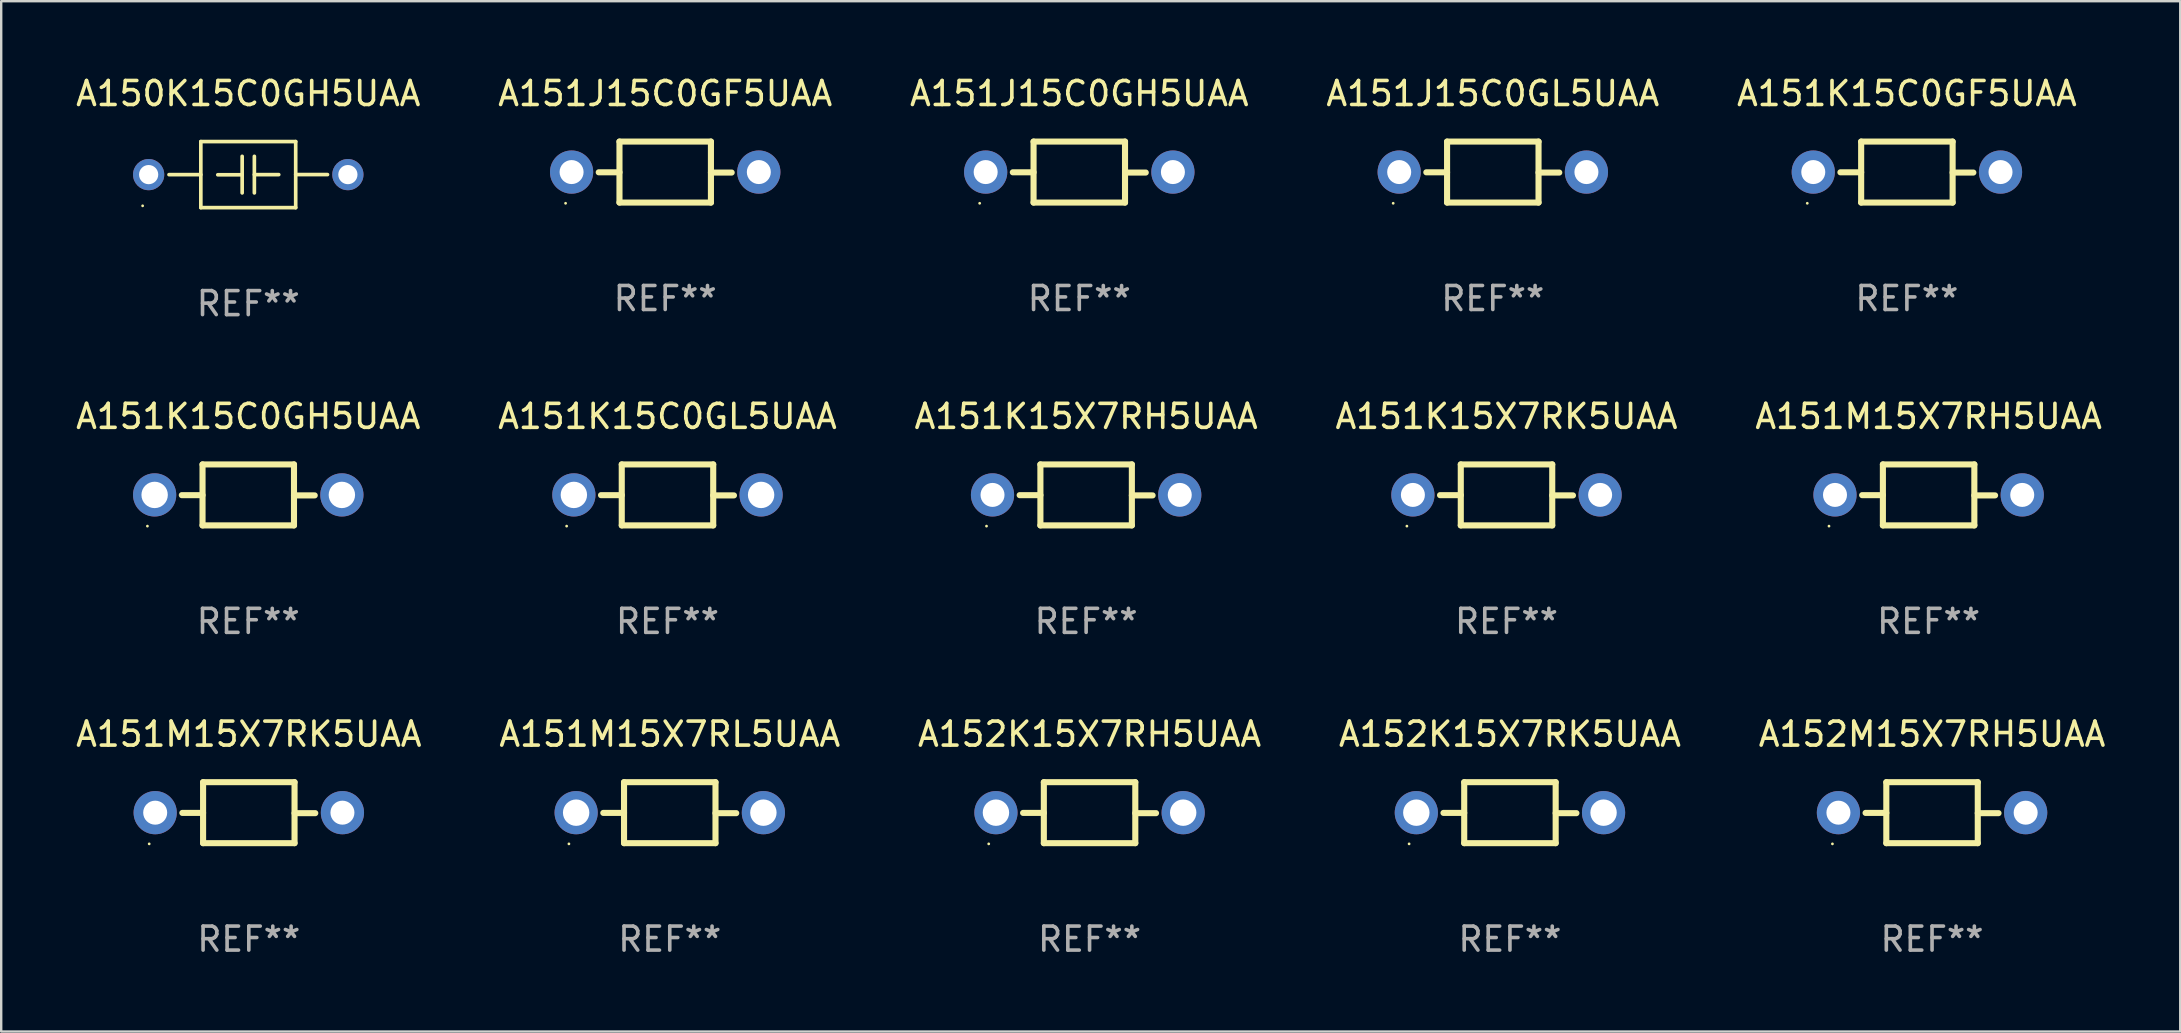
<source format=kicad_pcb>
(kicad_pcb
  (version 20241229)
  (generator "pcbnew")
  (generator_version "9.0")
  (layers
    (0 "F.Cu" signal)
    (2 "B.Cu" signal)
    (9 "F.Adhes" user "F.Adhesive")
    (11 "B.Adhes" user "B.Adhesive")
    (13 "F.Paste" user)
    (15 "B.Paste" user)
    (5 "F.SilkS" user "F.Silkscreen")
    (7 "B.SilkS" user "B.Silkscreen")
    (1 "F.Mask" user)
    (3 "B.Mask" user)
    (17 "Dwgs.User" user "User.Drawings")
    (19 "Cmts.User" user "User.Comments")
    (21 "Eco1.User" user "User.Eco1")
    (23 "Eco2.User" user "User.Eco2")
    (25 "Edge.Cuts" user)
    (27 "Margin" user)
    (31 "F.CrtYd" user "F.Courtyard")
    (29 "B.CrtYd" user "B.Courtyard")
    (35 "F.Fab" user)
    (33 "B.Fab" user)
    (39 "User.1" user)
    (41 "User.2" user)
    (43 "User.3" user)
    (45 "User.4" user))
  (footprint "A151J15C0GF5UAA"
    (layer "F.Cu")
    (at 24.661 4.118)
    (property "Reference" "A151J15C0GF5UAA" (at 0 -3.27 0) (layer "F.SilkS") (effects (font (size 1 1) (thickness 0.15))))
    (attr through_hole)
    (fp_line (start -1.905 -1.27) (end -1.905 1.27) (stroke (width 0.254) (type solid)) (layer "F.SilkS"))
    (fp_line (start -1.905 0.01) (end -2.769 0.01) (stroke (width 0.254) (type solid)) (layer "F.SilkS"))
    (fp_line (start -1.905 1.27) (end 1.905 1.27) (stroke (width 0.254) (type solid)) (layer "F.SilkS"))
    (fp_line (start 1.905 -1.27) (end -1.905 -1.27) (stroke (width 0.254) (type solid)) (layer "F.SilkS"))
    (fp_line (start 1.905 0.02) (end 2.769 0.02) (stroke (width 0.254) (type solid)) (layer "F.SilkS"))
    (fp_line (start 1.905 1.27) (end 1.905 -1.27) (stroke (width 0.254) (type solid)) (layer "F.SilkS"))
    (fp_circle (center -4.15 1.3) (end -4.12 1.3) (stroke (width 0.06) (type solid)) (fill no) (layer "F.SilkS"))
    (fp_text user "REF**" (at 0 5.27 0) (layer "F.Fab") (effects (font (size 1 1) (thickness 0.15))))
    (pad "1" thru_hole circle (at -3.9 0) (size 1.8 1.8) (drill 1) (layers "*.Cu" "*.Mask"))
    (pad "2" thru_hole circle (at 3.9 0) (size 1.8 1.8) (drill 1) (layers "*.Cu" "*.Mask")))
  (footprint "A151K15C0GF5UAA"
    (layer "F.Cu")
    (at 76.387 4.118)
    (property "Reference" "A151K15C0GF5UAA" (at 0 -3.27 0) (layer "F.SilkS") (effects (font (size 1 1) (thickness 0.15))))
    (attr through_hole)
    (fp_line (start -1.905 -1.27) (end -1.905 1.27) (stroke (width 0.254) (type solid)) (layer "F.SilkS"))
    (fp_line (start -1.905 0.01) (end -2.769 0.01) (stroke (width 0.254) (type solid)) (layer "F.SilkS"))
    (fp_line (start -1.905 1.27) (end 1.905 1.27) (stroke (width 0.254) (type solid)) (layer "F.SilkS"))
    (fp_line (start 1.905 -1.27) (end -1.905 -1.27) (stroke (width 0.254) (type solid)) (layer "F.SilkS"))
    (fp_line (start 1.905 0.02) (end 2.769 0.02) (stroke (width 0.254) (type solid)) (layer "F.SilkS"))
    (fp_line (start 1.905 1.27) (end 1.905 -1.27) (stroke (width 0.254) (type solid)) (layer "F.SilkS"))
    (fp_circle (center -4.15 1.3) (end -4.12 1.3) (stroke (width 0.06) (type solid)) (fill no) (layer "F.SilkS"))
    (fp_text user "REF**" (at 0 5.27 0) (layer "F.Fab") (effects (font (size 1 1) (thickness 0.15))))
    (pad "1" thru_hole circle (at -3.9 0) (size 1.8 1.8) (drill 1) (layers "*.Cu" "*.Mask"))
    (pad "2" thru_hole circle (at 3.9 0) (size 1.8 1.8) (drill 1) (layers "*.Cu" "*.Mask")))
  (footprint "A151M15X7RL5UAA"
    (layer "F.Cu")
    (at 24.851 30.804)
    (property "Reference" "A151M15X7RL5UAA" (at 0 -3.27 0) (layer "F.SilkS") (effects (font (size 1 1) (thickness 0.15))))
    (attr through_hole)
    (fp_line (start -1.905 -1.27) (end -1.905 1.27) (stroke (width 0.254) (type solid)) (layer "F.SilkS"))
    (fp_line (start -1.905 0.01) (end -2.769 0.01) (stroke (width 0.254) (type solid)) (layer "F.SilkS"))
    (fp_line (start -1.905 1.27) (end 1.905 1.27) (stroke (width 0.254) (type solid)) (layer "F.SilkS"))
    (fp_line (start 1.905 -1.27) (end -1.905 -1.27) (stroke (width 0.254) (type solid)) (layer "F.SilkS"))
    (fp_line (start 1.905 0.02) (end 2.769 0.02) (stroke (width 0.254) (type solid)) (layer "F.SilkS"))
    (fp_line (start 1.905 1.27) (end 1.905 -1.27) (stroke (width 0.254) (type solid)) (layer "F.SilkS"))
    (fp_circle (center -4.201 1.3) (end -4.171 1.3) (stroke (width 0.06) (type solid)) (fill no) (layer "F.SilkS"))
    (fp_text user "REF**" (at 0 5.27 0) (layer "F.Fab") (effects (font (size 1 1) (thickness 0.15))))
    (pad "1" thru_hole circle (at -3.9 0) (size 1.8 1.8) (drill 1.1) (layers "*.Cu" "*.Mask"))
    (pad "2" thru_hole circle (at 3.9 0) (size 1.8 1.8) (drill 1.1) (layers "*.Cu" "*.Mask")))
  (footprint "A152M15X7RH5UAA"
    (layer "F.Cu")
    (at 77.435 30.804)
    (property "Reference" "A152M15X7RH5UAA" (at 0 -3.27 0) (layer "F.SilkS") (effects (font (size 1 1) (thickness 0.15))))
    (attr through_hole)
    (fp_line (start -1.905 -1.27) (end -1.905 1.27) (stroke (width 0.254) (type solid)) (layer "F.SilkS"))
    (fp_line (start -1.905 0.01) (end -2.769 0.01) (stroke (width 0.254) (type solid)) (layer "F.SilkS"))
    (fp_line (start -1.905 1.27) (end 1.905 1.27) (stroke (width 0.254) (type solid)) (layer "F.SilkS"))
    (fp_line (start 1.905 -1.27) (end -1.905 -1.27) (stroke (width 0.254) (type solid)) (layer "F.SilkS"))
    (fp_line (start 1.905 0.02) (end 2.769 0.02) (stroke (width 0.254) (type solid)) (layer "F.SilkS"))
    (fp_line (start 1.905 1.27) (end 1.905 -1.27) (stroke (width 0.254) (type solid)) (layer "F.SilkS"))
    (fp_circle (center -4.15 1.3) (end -4.12 1.3) (stroke (width 0.06) (type solid)) (fill no) (layer "F.SilkS"))
    (fp_text user "REF**" (at 0 5.27 0) (layer "F.Fab") (effects (font (size 1 1) (thickness 0.15))))
    (pad "1" thru_hole circle (at -3.9 0) (size 1.8 1.8) (drill 1) (layers "*.Cu" "*.Mask"))
    (pad "2" thru_hole circle (at 3.9 0) (size 1.8 1.8) (drill 1) (layers "*.Cu" "*.Mask")))
  (footprint "A151K15C0GL5UAA"
    (layer "F.Cu")
    (at 24.756 17.567)
    (property "Reference" "A151K15C0GL5UAA" (at 0 -3.27 0) (layer "F.SilkS") (effects (font (size 1 1) (thickness 0.15))))
    (attr through_hole)
    (fp_line (start -1.905 -1.27) (end -1.905 1.27) (stroke (width 0.254) (type solid)) (layer "F.SilkS"))
    (fp_line (start -1.905 0.01) (end -2.769 0.01) (stroke (width 0.254) (type solid)) (layer "F.SilkS"))
    (fp_line (start -1.905 1.27) (end 1.905 1.27) (stroke (width 0.254) (type solid)) (layer "F.SilkS"))
    (fp_line (start 1.905 -1.27) (end -1.905 -1.27) (stroke (width 0.254) (type solid)) (layer "F.SilkS"))
    (fp_line (start 1.905 0.02) (end 2.769 0.02) (stroke (width 0.254) (type solid)) (layer "F.SilkS"))
    (fp_line (start 1.905 1.27) (end 1.905 -1.27) (stroke (width 0.254) (type solid)) (layer "F.SilkS"))
    (fp_circle (center -4.201 1.3) (end -4.171 1.3) (stroke (width 0.06) (type solid)) (fill no) (layer "F.SilkS"))
    (fp_text user "REF**" (at 0 5.27 0) (layer "F.Fab") (effects (font (size 1 1) (thickness 0.15))))
    (pad "1" thru_hole circle (at -3.9 0) (size 1.8 1.8) (drill 1.1) (layers "*.Cu" "*.Mask"))
    (pad "2" thru_hole circle (at 3.9 0) (size 1.8 1.8) (drill 1.1) (layers "*.Cu" "*.Mask")))
  (footprint "A152K15X7RK5UAA"
    (layer "F.Cu")
    (at 59.851 30.804)
    (property "Reference" "A152K15X7RK5UAA" (at 0 -3.27 0) (layer "F.SilkS") (effects (font (size 1 1) (thickness 0.15))))
    (attr through_hole)
    (fp_line (start -1.905 -1.27) (end -1.905 1.27) (stroke (width 0.254) (type solid)) (layer "F.SilkS"))
    (fp_line (start -1.905 0.01) (end -2.769 0.01) (stroke (width 0.254) (type solid)) (layer "F.SilkS"))
    (fp_line (start -1.905 1.27) (end 1.905 1.27) (stroke (width 0.254) (type solid)) (layer "F.SilkS"))
    (fp_line (start 1.905 -1.27) (end -1.905 -1.27) (stroke (width 0.254) (type solid)) (layer "F.SilkS"))
    (fp_line (start 1.905 0.02) (end 2.769 0.02) (stroke (width 0.254) (type solid)) (layer "F.SilkS"))
    (fp_line (start 1.905 1.27) (end 1.905 -1.27) (stroke (width 0.254) (type solid)) (layer "F.SilkS"))
    (fp_circle (center -4.201 1.3) (end -4.171 1.3) (stroke (width 0.06) (type solid)) (fill no) (layer "F.SilkS"))
    (fp_text user "REF**" (at 0 5.27 0) (layer "F.Fab") (effects (font (size 1 1) (thickness 0.15))))
    (pad "1" thru_hole circle (at -3.9 0) (size 1.8 1.8) (drill 1.1) (layers "*.Cu" "*.Mask"))
    (pad "2" thru_hole circle (at 3.9 0) (size 1.8 1.8) (drill 1.1) (layers "*.Cu" "*.Mask")))
  (footprint "A151K15X7RK5UAA"
    (layer "F.Cu")
    (at 59.708 17.567)
    (property "Reference" "A151K15X7RK5UAA" (at 0 -3.27 0) (layer "F.SilkS") (effects (font (size 1 1) (thickness 0.15))))
    (attr through_hole)
    (fp_line (start -1.905 -1.27) (end -1.905 1.27) (stroke (width 0.254) (type solid)) (layer "F.SilkS"))
    (fp_line (start -1.905 0.01) (end -2.769 0.01) (stroke (width 0.254) (type solid)) (layer "F.SilkS"))
    (fp_line (start -1.905 1.27) (end 1.905 1.27) (stroke (width 0.254) (type solid)) (layer "F.SilkS"))
    (fp_line (start 1.905 -1.27) (end -1.905 -1.27) (stroke (width 0.254) (type solid)) (layer "F.SilkS"))
    (fp_line (start 1.905 0.02) (end 2.769 0.02) (stroke (width 0.254) (type solid)) (layer "F.SilkS"))
    (fp_line (start 1.905 1.27) (end 1.905 -1.27) (stroke (width 0.254) (type solid)) (layer "F.SilkS"))
    (fp_circle (center -4.15 1.3) (end -4.12 1.3) (stroke (width 0.06) (type solid)) (fill no) (layer "F.SilkS"))
    (fp_text user "REF**" (at 0 5.27 0) (layer "F.Fab") (effects (font (size 1 1) (thickness 0.15))))
    (pad "1" thru_hole circle (at -3.9 0) (size 1.8 1.8) (drill 1) (layers "*.Cu" "*.Mask"))
    (pad "2" thru_hole circle (at 3.9 0) (size 1.8 1.8) (drill 1) (layers "*.Cu" "*.Mask")))
  (footprint "A151M15X7RK5UAA"
    (layer "F.Cu")
    (at 7.315 30.804)
    (property "Reference" "A151M15X7RK5UAA" (at 0 -3.27 0) (layer "F.SilkS") (effects (font (size 1 1) (thickness 0.15))))
    (attr through_hole)
    (fp_line (start -1.905 -1.27) (end -1.905 1.27) (stroke (width 0.254) (type solid)) (layer "F.SilkS"))
    (fp_line (start -1.905 0.01) (end -2.769 0.01) (stroke (width 0.254) (type solid)) (layer "F.SilkS"))
    (fp_line (start -1.905 1.27) (end 1.905 1.27) (stroke (width 0.254) (type solid)) (layer "F.SilkS"))
    (fp_line (start 1.905 -1.27) (end -1.905 -1.27) (stroke (width 0.254) (type solid)) (layer "F.SilkS"))
    (fp_line (start 1.905 0.02) (end 2.769 0.02) (stroke (width 0.254) (type solid)) (layer "F.SilkS"))
    (fp_line (start 1.905 1.27) (end 1.905 -1.27) (stroke (width 0.254) (type solid)) (layer "F.SilkS"))
    (fp_circle (center -4.15 1.3) (end -4.12 1.3) (stroke (width 0.06) (type solid)) (fill no) (layer "F.SilkS"))
    (fp_text user "REF**" (at 0 5.27 0) (layer "F.Fab") (effects (font (size 1 1) (thickness 0.15))))
    (pad "1" thru_hole circle (at -3.9 0) (size 1.8 1.8) (drill 1) (layers "*.Cu" "*.Mask"))
    (pad "2" thru_hole circle (at 3.9 0) (size 1.8 1.8) (drill 1) (layers "*.Cu" "*.Mask")))
  (footprint "A152K15X7RH5UAA"
    (layer "F.Cu")
    (at 42.339 30.804)
    (property "Reference" "A152K15X7RH5UAA" (at 0 -3.27 0) (layer "F.SilkS") (effects (font (size 1 1) (thickness 0.15))))
    (attr through_hole)
    (fp_line (start -1.905 -1.27) (end -1.905 1.27) (stroke (width 0.254) (type solid)) (layer "F.SilkS"))
    (fp_line (start -1.905 0.01) (end -2.769 0.01) (stroke (width 0.254) (type solid)) (layer "F.SilkS"))
    (fp_line (start -1.905 1.27) (end 1.905 1.27) (stroke (width 0.254) (type solid)) (layer "F.SilkS"))
    (fp_line (start 1.905 -1.27) (end -1.905 -1.27) (stroke (width 0.254) (type solid)) (layer "F.SilkS"))
    (fp_line (start 1.905 0.02) (end 2.769 0.02) (stroke (width 0.254) (type solid)) (layer "F.SilkS"))
    (fp_line (start 1.905 1.27) (end 1.905 -1.27) (stroke (width 0.254) (type solid)) (layer "F.SilkS"))
    (fp_circle (center -4.201 1.3) (end -4.171 1.3) (stroke (width 0.06) (type solid)) (fill no) (layer "F.SilkS"))
    (fp_text user "REF**" (at 0 5.27 0) (layer "F.Fab") (effects (font (size 1 1) (thickness 0.15))))
    (pad "1" thru_hole circle (at -3.9 0) (size 1.8 1.8) (drill 1.1) (layers "*.Cu" "*.Mask"))
    (pad "2" thru_hole circle (at 3.9 0) (size 1.8 1.8) (drill 1.1) (layers "*.Cu" "*.Mask")))
  (footprint "A150K15C0GH5UAA"
    (layer "F.Cu")
    (at 7.292 4.224)
    (property "Reference" "A150K15C0GH5UAA" (at 0 -3.376 0) (layer "F.SilkS") (effects (font (size 1 1) (thickness 0.15))))
    (attr through_hole)
    (fp_line (start -1.976 -1.376) (end 1.976 -1.376) (stroke (width 0.152) (type solid)) (layer "F.SilkS"))
    (fp_line (start -1.976 0.001) (end -3.302 0.001) (stroke (width 0.152) (type solid)) (layer "F.SilkS"))
    (fp_line (start -1.976 1.376) (end -1.976 -1.376) (stroke (width 0.152) (type solid)) (layer "F.SilkS"))
    (fp_line (start -0.254 -0.762) (end -0.254 0.762) (stroke (width 0.152) (type solid)) (layer "F.SilkS"))
    (fp_line (start -0.254 0.007) (end -1.27 0.007) (stroke (width 0.152) (type solid)) (layer "F.SilkS"))
    (fp_line (start 0.254 -0.762) (end 0.254 0.762) (stroke (width 0.152) (type solid)) (layer "F.SilkS"))
    (fp_line (start 0.254 0) (end 1.27 0) (stroke (width 0.152) (type solid)) (layer "F.SilkS"))
    (fp_line (start 1.976 -1.376) (end 1.976 1.376) (stroke (width 0.152) (type solid)) (layer "F.SilkS"))
    (fp_line (start 1.976 -0.001) (end 3.302 -0.001) (stroke (width 0.152) (type solid)) (layer "F.SilkS"))
    (fp_line (start 1.976 1.376) (end -1.976 1.376) (stroke (width 0.152) (type solid)) (layer "F.SilkS"))
    (fp_circle (center -4.4 1.3) (end -4.37 1.3) (stroke (width 0.06) (type solid)) (fill no) (layer "F.SilkS"))
    (fp_text user "REF**" (at 0 5.376 0) (layer "F.Fab") (effects (font (size 1 1) (thickness 0.15))))
    (pad "1" thru_hole circle (at -4.15 0) (size 1.3 1.3) (drill 0.8) (layers "*.Cu" "*.Mask"))
    (pad "2" thru_hole circle (at 4.15 0) (size 1.3 1.3) (drill 0.8) (layers "*.Cu" "*.Mask")))
  (footprint "A151K15X7RH5UAA"
    (layer "F.Cu")
    (at 42.196 17.567)
    (property "Reference" "A151K15X7RH5UAA" (at 0 -3.27 0) (layer "F.SilkS") (effects (font (size 1 1) (thickness 0.15))))
    (attr through_hole)
    (fp_line (start -1.905 -1.27) (end -1.905 1.27) (stroke (width 0.254) (type solid)) (layer "F.SilkS"))
    (fp_line (start -1.905 0.01) (end -2.769 0.01) (stroke (width 0.254) (type solid)) (layer "F.SilkS"))
    (fp_line (start -1.905 1.27) (end 1.905 1.27) (stroke (width 0.254) (type solid)) (layer "F.SilkS"))
    (fp_line (start 1.905 -1.27) (end -1.905 -1.27) (stroke (width 0.254) (type solid)) (layer "F.SilkS"))
    (fp_line (start 1.905 0.02) (end 2.769 0.02) (stroke (width 0.254) (type solid)) (layer "F.SilkS"))
    (fp_line (start 1.905 1.27) (end 1.905 -1.27) (stroke (width 0.254) (type solid)) (layer "F.SilkS"))
    (fp_circle (center -4.15 1.3) (end -4.12 1.3) (stroke (width 0.06) (type solid)) (fill no) (layer "F.SilkS"))
    (fp_text user "REF**" (at 0 5.27 0) (layer "F.Fab") (effects (font (size 1 1) (thickness 0.15))))
    (pad "1" thru_hole circle (at -3.9 0) (size 1.8 1.8) (drill 1) (layers "*.Cu" "*.Mask"))
    (pad "2" thru_hole circle (at 3.9 0) (size 1.8 1.8) (drill 1) (layers "*.Cu" "*.Mask")))
  (footprint "A151M15X7RH5UAA"
    (layer "F.Cu")
    (at 77.292 17.567)
    (property "Reference" "A151M15X7RH5UAA" (at 0 -3.27 0) (layer "F.SilkS") (effects (font (size 1 1) (thickness 0.15))))
    (attr through_hole)
    (fp_line (start -1.905 -1.27) (end -1.905 1.27) (stroke (width 0.254) (type solid)) (layer "F.SilkS"))
    (fp_line (start -1.905 0.01) (end -2.769 0.01) (stroke (width 0.254) (type solid)) (layer "F.SilkS"))
    (fp_line (start -1.905 1.27) (end 1.905 1.27) (stroke (width 0.254) (type solid)) (layer "F.SilkS"))
    (fp_line (start 1.905 -1.27) (end -1.905 -1.27) (stroke (width 0.254) (type solid)) (layer "F.SilkS"))
    (fp_line (start 1.905 0.02) (end 2.769 0.02) (stroke (width 0.254) (type solid)) (layer "F.SilkS"))
    (fp_line (start 1.905 1.27) (end 1.905 -1.27) (stroke (width 0.254) (type solid)) (layer "F.SilkS"))
    (fp_circle (center -4.15 1.3) (end -4.12 1.3) (stroke (width 0.06) (type solid)) (fill no) (layer "F.SilkS"))
    (fp_text user "REF**" (at 0 5.27 0) (layer "F.Fab") (effects (font (size 1 1) (thickness 0.15))))
    (pad "1" thru_hole circle (at -3.9 0) (size 1.8 1.8) (drill 1) (layers "*.Cu" "*.Mask"))
    (pad "2" thru_hole circle (at 3.9 0) (size 1.8 1.8) (drill 1) (layers "*.Cu" "*.Mask")))
  (footprint "A151J15C0GL5UAA"
    (layer "F.Cu")
    (at 59.137 4.118)
    (property "Reference" "A151J15C0GL5UAA" (at 0 -3.27 0) (layer "F.SilkS") (effects (font (size 1 1) (thickness 0.15))))
    (attr through_hole)
    (fp_line (start -1.905 -1.27) (end -1.905 1.27) (stroke (width 0.254) (type solid)) (layer "F.SilkS"))
    (fp_line (start -1.905 0.01) (end -2.769 0.01) (stroke (width 0.254) (type solid)) (layer "F.SilkS"))
    (fp_line (start -1.905 1.27) (end 1.905 1.27) (stroke (width 0.254) (type solid)) (layer "F.SilkS"))
    (fp_line (start 1.905 -1.27) (end -1.905 -1.27) (stroke (width 0.254) (type solid)) (layer "F.SilkS"))
    (fp_line (start 1.905 0.02) (end 2.769 0.02) (stroke (width 0.254) (type solid)) (layer "F.SilkS"))
    (fp_line (start 1.905 1.27) (end 1.905 -1.27) (stroke (width 0.254) (type solid)) (layer "F.SilkS"))
    (fp_circle (center -4.15 1.3) (end -4.12 1.3) (stroke (width 0.06) (type solid)) (fill no) (layer "F.SilkS"))
    (fp_text user "REF**" (at 0 5.27 0) (layer "F.Fab") (effects (font (size 1 1) (thickness 0.15))))
    (pad "1" thru_hole circle (at -3.9 0) (size 1.8 1.8) (drill 1) (layers "*.Cu" "*.Mask"))
    (pad "2" thru_hole circle (at 3.9 0) (size 1.8 1.8) (drill 1) (layers "*.Cu" "*.Mask")))
  (footprint "A151K15C0GH5UAA"
    (layer "F.Cu")
    (at 7.292 17.567)
    (property "Reference" "A151K15C0GH5UAA" (at 0 -3.27 0) (layer "F.SilkS") (effects (font (size 1 1) (thickness 0.15))))
    (attr through_hole)
    (fp_line (start -1.905 -1.27) (end -1.905 1.27) (stroke (width 0.254) (type solid)) (layer "F.SilkS"))
    (fp_line (start -1.905 0.01) (end -2.769 0.01) (stroke (width 0.254) (type solid)) (layer "F.SilkS"))
    (fp_line (start -1.905 1.27) (end 1.905 1.27) (stroke (width 0.254) (type solid)) (layer "F.SilkS"))
    (fp_line (start 1.905 -1.27) (end -1.905 -1.27) (stroke (width 0.254) (type solid)) (layer "F.SilkS"))
    (fp_line (start 1.905 0.02) (end 2.769 0.02) (stroke (width 0.254) (type solid)) (layer "F.SilkS"))
    (fp_line (start 1.905 1.27) (end 1.905 -1.27) (stroke (width 0.254) (type solid)) (layer "F.SilkS"))
    (fp_circle (center -4.201 1.3) (end -4.171 1.3) (stroke (width 0.06) (type solid)) (fill no) (layer "F.SilkS"))
    (fp_text user "REF**" (at 0 5.27 0) (layer "F.Fab") (effects (font (size 1 1) (thickness 0.15))))
    (pad "1" thru_hole circle (at -3.9 0) (size 1.8 1.8) (drill 1.1) (layers "*.Cu" "*.Mask"))
    (pad "2" thru_hole circle (at 3.9 0) (size 1.8 1.8) (drill 1.1) (layers "*.Cu" "*.Mask")))
  (footprint "A151J15C0GH5UAA"
    (layer "F.Cu")
    (at 41.911 4.118)
    (property "Reference" "A151J15C0GH5UAA" (at 0 -3.27 0) (layer "F.SilkS") (effects (font (size 1 1) (thickness 0.15))))
    (attr through_hole)
    (fp_line (start -1.905 -1.27) (end -1.905 1.27) (stroke (width 0.254) (type solid)) (layer "F.SilkS"))
    (fp_line (start -1.905 0.01) (end -2.769 0.01) (stroke (width 0.254) (type solid)) (layer "F.SilkS"))
    (fp_line (start -1.905 1.27) (end 1.905 1.27) (stroke (width 0.254) (type solid)) (layer "F.SilkS"))
    (fp_line (start 1.905 -1.27) (end -1.905 -1.27) (stroke (width 0.254) (type solid)) (layer "F.SilkS"))
    (fp_line (start 1.905 0.02) (end 2.769 0.02) (stroke (width 0.254) (type solid)) (layer "F.SilkS"))
    (fp_line (start 1.905 1.27) (end 1.905 -1.27) (stroke (width 0.254) (type solid)) (layer "F.SilkS"))
    (fp_circle (center -4.15 1.3) (end -4.12 1.3) (stroke (width 0.06) (type solid)) (fill no) (layer "F.SilkS"))
    (fp_text user "REF**" (at 0 5.27 0) (layer "F.Fab") (effects (font (size 1 1) (thickness 0.15))))
    (pad "1" thru_hole circle (at -3.9 0) (size 1.8 1.8) (drill 1) (layers "*.Cu" "*.Mask"))
    (pad "2" thru_hole circle (at 3.9 0) (size 1.8 1.8) (drill 1) (layers "*.Cu" "*.Mask")))
  (gr_rect
    (start -3 -3)
    (end 87.774 39.922)
    (stroke (width 0.1) (type default))
    (fill no)
    (layer "Edge.Cuts")))
</source>
